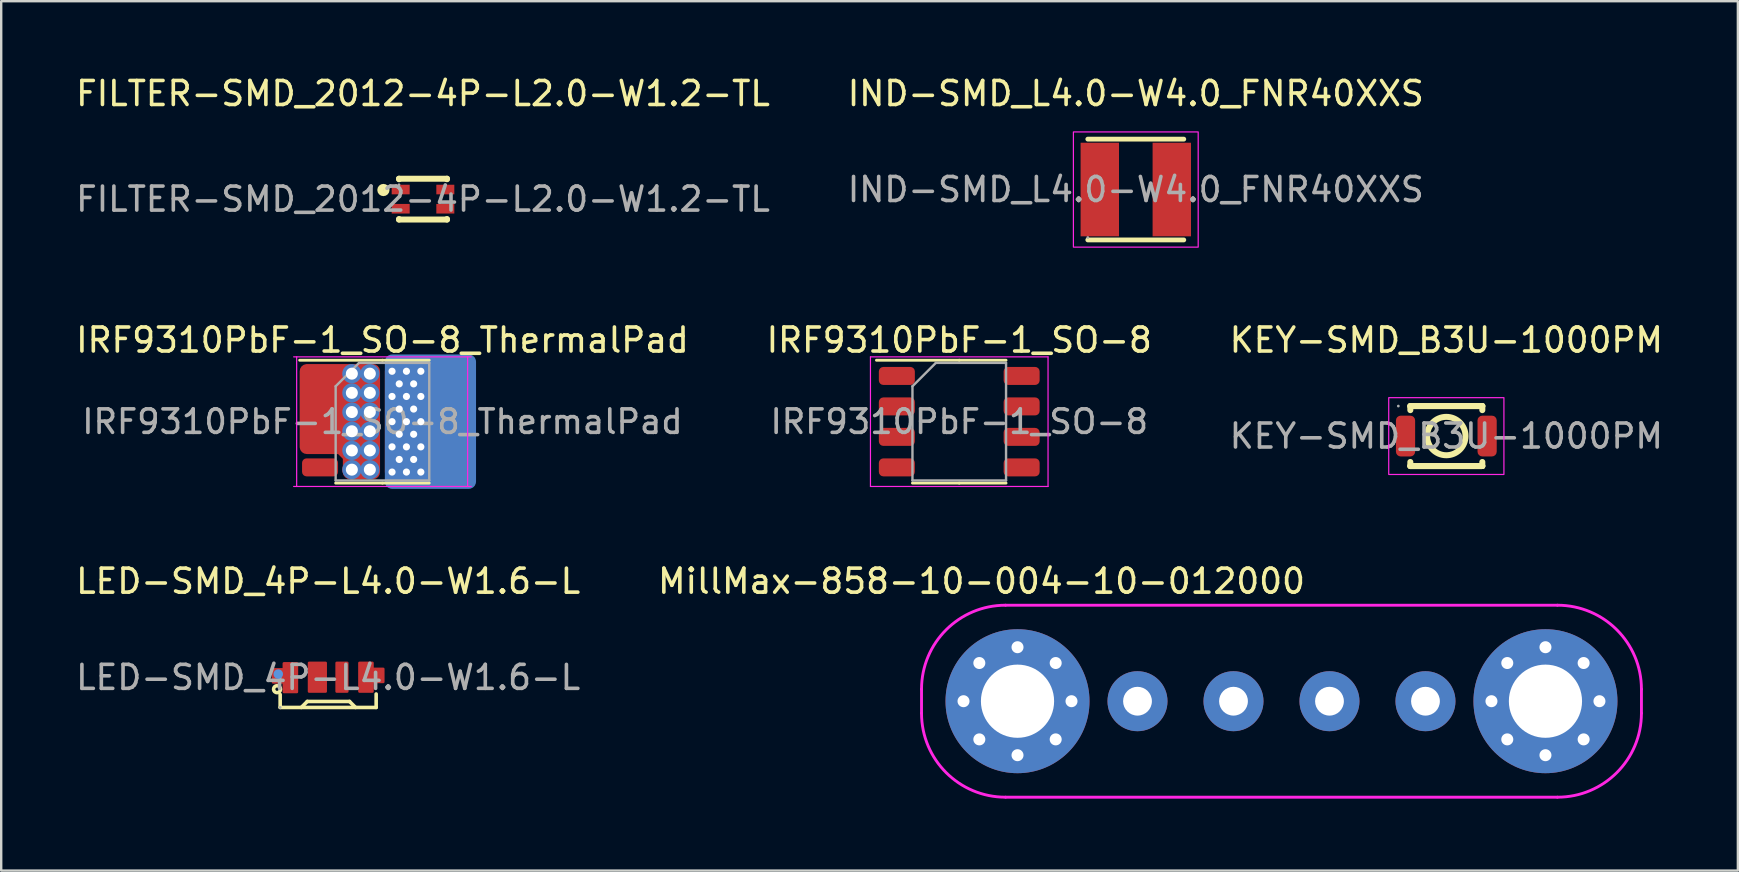
<source format=kicad_pcb>
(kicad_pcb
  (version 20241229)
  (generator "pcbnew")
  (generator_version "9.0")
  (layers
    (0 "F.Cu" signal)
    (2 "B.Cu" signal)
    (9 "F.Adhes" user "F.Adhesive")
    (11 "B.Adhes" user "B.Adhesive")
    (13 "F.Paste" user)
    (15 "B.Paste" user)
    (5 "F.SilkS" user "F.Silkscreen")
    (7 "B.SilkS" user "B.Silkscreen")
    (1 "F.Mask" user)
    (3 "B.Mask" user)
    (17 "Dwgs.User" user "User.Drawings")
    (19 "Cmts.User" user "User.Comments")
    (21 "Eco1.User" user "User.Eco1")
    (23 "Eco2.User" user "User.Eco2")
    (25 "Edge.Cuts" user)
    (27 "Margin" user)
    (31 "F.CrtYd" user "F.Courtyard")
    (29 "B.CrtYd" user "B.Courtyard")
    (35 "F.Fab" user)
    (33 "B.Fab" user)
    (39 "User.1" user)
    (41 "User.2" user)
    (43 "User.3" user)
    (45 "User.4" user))
  (footprint "FILTER-SMD_2012-4P-L2.0-W1.2-TL"
    (layer "F.Cu")
    (at 14.577 5.248)
    (property "Reference" "FILTER-SMD_2012-4P-L2.0-W1.2-TL" (at 0 -4.4 0) (layer "F.SilkS") (effects (font (size 1 1) (thickness 0.15))))
    (attr smd)
    (fp_line (start -1 -0.85) (end -1 -0.83) (stroke (width 0.25) (type solid)) (layer "F.SilkS"))
    (fp_line (start -1 -0.85) (end 1 -0.85) (stroke (width 0.25) (type solid)) (layer "F.SilkS"))
    (fp_line (start -1 0.83) (end -1 0.85) (stroke (width 0.25) (type solid)) (layer "F.SilkS"))
    (fp_line (start -1 0.85) (end 1 0.85) (stroke (width 0.25) (type solid)) (layer "F.SilkS"))
    (fp_line (start 1 -0.85) (end 1 -0.83) (stroke (width 0.25) (type solid)) (layer "F.SilkS"))
    (fp_line (start 1 0.83) (end 1 0.85) (stroke (width 0.25) (type solid)) (layer "F.SilkS"))
    (fp_circle (center -1.65 -0.38) (end -1.52 -0.38) (stroke (width 0.25) (type solid)) (fill no) (layer "F.SilkS"))
    (fp_circle (center -1 -0.6) (end -0.97 -0.6) (stroke (width 0.06) (type solid)) (fill no) (layer "F.Fab"))
    (fp_text user "${REFERENCE}" (at 0 0 0) (layer "F.Fab") (effects (font (size 1 1) (thickness 0.15))))
    (pad "1" smd rect (at -0.93 -0.4) (size 0.75 0.4) (layers "F.Cu" "F.Mask" "F.Paste"))
    (pad "2" smd rect (at -0.93 0.4) (size 0.75 0.4) (layers "F.Cu" "F.Mask" "F.Paste"))
    (pad "3" smd rect (at 0.93 0.4) (size 0.75 0.4) (layers "F.Cu" "F.Mask" "F.Paste"))
    (pad "4" smd rect (at 0.93 -0.4) (size 0.75 0.4) (layers "F.Cu" "F.Mask" "F.Paste")))
  (footprint "IND-SMD_L4.0-W4.0_FNR40XXS"
    (layer "F.Cu")
    (at 44.28 4.848)
    (property "Reference" "IND-SMD_L4.0-W4.0_FNR40XXS" (at 0 -4 0) (layer "F.SilkS") (effects (font (size 1 1) (thickness 0.15))))
    (attr smd)
    (fp_line (start -2 -2.1) (end 2 -2.1) (stroke (width 0.2) (type solid)) (layer "F.SilkS"))
    (fp_line (start -2 2.1) (end 2 2.1) (stroke (width 0.2) (type solid)) (layer "F.SilkS"))
    (fp_rect (start -2.6 -2.4) (end 2.6 2.4) (stroke (width 0.05) (type default)) (fill no) (layer "F.CrtYd"))
    (fp_circle (center -2 2) (end -1.97 2) (stroke (width 0.06) (type solid)) (fill no) (layer "F.Fab"))
    (fp_text user "${REFERENCE}" (at 0 0 0) (layer "F.Fab") (effects (font (size 1 1) (thickness 0.15))))
    (pad "1" smd rect (at -1.5 0) (size 1.6 3.9) (layers "F.Cu" "F.Mask" "F.Paste"))
    (pad "2" smd rect (at 1.5 0) (size 1.6 3.9) (layers "F.Cu" "F.Mask" "F.Paste")))
  (footprint "IRF9310PbF-1_SO-8_ThermalPad"
    (layer "F.Cu")
    (at 12.887 14.521)
    (property "Reference" "IRF9310PbF-1_SO-8_ThermalPad" (at 0 -3.4 0) (layer "F.SilkS") (effects (font (size 1 1) (thickness 0.15))))
    (attr smd)
    (fp_line (start 0 -2.56) (end -3.45 -2.56) (stroke (width 0.12) (type solid)) (layer "F.SilkS"))
    (fp_line (start 0 -2.56) (end 1.95 -2.56) (stroke (width 0.12) (type solid)) (layer "F.SilkS"))
    (fp_line (start 0 2.56) (end -1.95 2.56) (stroke (width 0.12) (type solid)) (layer "F.SilkS"))
    (fp_line (start 0 2.56) (end 1.95 2.56) (stroke (width 0.12) (type solid)) (layer "F.SilkS"))
    (fp_line (start -3.7 2.7) (end 3.7 2.7) (stroke (width 0.05) (type solid)) (layer "F.CrtYd"))
    (fp_line (start -3.575 -2.7) (end -3.575 2.7) (stroke (width 0.05) (type solid)) (layer "F.CrtYd"))
    (fp_line (start 3.55 2.7) (end 3.55 -2.7) (stroke (width 0.05) (type solid)) (layer "F.CrtYd"))
    (fp_line (start 3.7 -2.7) (end -3.7 -2.7) (stroke (width 0.05) (type solid)) (layer "F.CrtYd"))
    (fp_line (start -1.95 -1.475) (end -0.975 -2.45) (stroke (width 0.1) (type solid)) (layer "F.Fab"))
    (fp_line (start -1.95 2.45) (end -1.95 -1.475) (stroke (width 0.1) (type solid)) (layer "F.Fab"))
    (fp_line (start -0.975 -2.45) (end 1.95 -2.45) (stroke (width 0.1) (type solid)) (layer "F.Fab"))
    (fp_line (start 1.95 -2.45) (end 1.95 2.45) (stroke (width 0.1) (type solid)) (layer "F.Fab"))
    (fp_line (start 1.95 2.45) (end -1.95 2.45) (stroke (width 0.1) (type solid)) (layer "F.Fab"))
    (fp_text user "${REFERENCE}" (at 0 0 0) (layer "F.Fab") (effects (font (size 0.98 0.98) (thickness 0.15))))
    (pad "1" smd roundrect (at -2.6 1.905) (size 1.5 0.75) (layers "F.Cu" "F.Mask" "F.Paste") (roundrect_rratio 0.25))
    (pad "2" smd roundrect (at -2.6 -1.905) (size 1.5 0.75) (layers "F.Cu" "F.Mask" "F.Paste") (roundrect_rratio 0.25))
    (pad "2" smd roundrect (at -2.6 -0.635) (size 1.5 0.75) (layers "F.Cu" "F.Mask" "F.Paste") (roundrect_rratio 0.25))
    (pad "2" smd roundrect (at -2.6 0.635) (size 1.5 0.75) (layers "F.Cu" "F.Mask" "F.Paste") (roundrect_rratio 0.25))
    (pad "2" smd custom (at -1.775 0) (size 2 2) (layers "F.Cu") (options (anchor circle)) (primitives (gr_poly (pts (xy 1.375 2.1) (xy 0.425 2.1) (xy 0.425 1.425) (xy 0.05 1.05) (xy -1.375 1.05) (xy -1.375 -2.1) (xy 1.375 -2.1)) (width 0.6) (fill yes))))
    (pad "2" thru_hole circle (at -1.275 -2) (size 0.8 0.8) (drill 0.5) (layers "*.Cu"))
    (pad "2" thru_hole circle (at -1.275 -1.2) (size 0.8 0.8) (drill 0.5) (layers "*.Cu"))
    (pad "2" thru_hole circle (at -1.275 -0.4) (size 0.8 0.8) (drill 0.5) (layers "*.Cu"))
    (pad "2" thru_hole circle (at -1.275 0.4) (size 0.8 0.8) (drill 0.5) (layers "*.Cu"))
    (pad "2" thru_hole circle (at -1.275 1.2) (size 0.8 0.8) (drill 0.5) (layers "*.Cu"))
    (pad "2" thru_hole circle (at -1.275 2) (size 0.8 0.8) (drill 0.5) (layers "*.Cu"))
    (pad "2" thru_hole circle (at -0.525 -2) (size 0.8 0.8) (drill 0.5) (layers "*.Cu"))
    (pad "2" thru_hole circle (at -0.525 -1.2) (size 0.8 0.8) (drill 0.5) (layers "*.Cu"))
    (pad "2" thru_hole circle (at -0.525 -0.4) (size 0.8 0.8) (drill 0.5) (layers "*.Cu"))
    (pad "2" thru_hole circle (at -0.525 0.4) (size 0.8 0.8) (drill 0.5) (layers "*.Cu"))
    (pad "2" thru_hole circle (at -0.525 1.2) (size 0.8 0.8) (drill 0.5) (layers "*.Cu"))
    (pad "2" thru_hole circle (at -0.525 2) (size 0.8 0.8) (drill 0.5) (layers "*.Cu"))
    (pad "3" thru_hole circle (at 0.4 -2.1) (size 0.55 0.55) (drill 0.3) (layers "*.Cu"))
    (pad "3" thru_hole circle (at 0.4 -1.05) (size 0.55 0.55) (drill 0.3) (layers "*.Cu"))
    (pad "3" thru_hole circle (at 0.4 0) (size 0.55 0.55) (drill 0.3) (layers "*.Cu"))
    (pad "3" thru_hole circle (at 0.4 1.05) (size 0.55 0.55) (drill 0.3) (layers "*.Cu"))
    (pad "3" thru_hole circle (at 0.4 2.1) (size 0.55 0.55) (drill 0.3) (layers "*.Cu"))
    (pad "3" thru_hole circle (at 0.7 -1.575) (size 0.55 0.55) (drill 0.3) (layers "*.Cu"))
    (pad "3" thru_hole circle (at 0.7 -0.525) (size 0.55 0.55) (drill 0.3) (layers "*.Cu"))
    (pad "3" thru_hole circle (at 0.7 0.525) (size 0.55 0.55) (drill 0.3) (layers "*.Cu"))
    (pad "3" thru_hole circle (at 0.7 1.575) (size 0.55 0.55) (drill 0.3) (layers "*.Cu"))
    (pad "3" thru_hole circle (at 1 -2.1) (size 0.55 0.55) (drill 0.3) (layers "*.Cu"))
    (pad "3" thru_hole circle (at 1 -1.05) (size 0.55 0.55) (drill 0.3) (layers "*.Cu"))
    (pad "3" thru_hole circle (at 1 0) (size 0.55 0.55) (drill 0.3) (layers "*.Cu"))
    (pad "3" thru_hole circle (at 1 1.05) (size 0.55 0.55) (drill 0.3) (layers "*.Cu"))
    (pad "3" thru_hole circle (at 1 2.1) (size 0.55 0.55) (drill 0.3) (layers "*.Cu"))
    (pad "3" thru_hole circle (at 1.3 -1.575) (size 0.55 0.55) (drill 0.3) (layers "*.Cu"))
    (pad "3" thru_hole circle (at 1.3 -0.525) (size 0.55 0.55) (drill 0.3) (layers "*.Cu"))
    (pad "3" thru_hole circle (at 1.3 0.525) (size 0.55 0.55) (drill 0.3) (layers "*.Cu"))
    (pad "3" thru_hole circle (at 1.3 1.575) (size 0.55 0.55) (drill 0.3) (layers "*.Cu"))
    (pad "3" thru_hole circle (at 1.6 -2.1) (size 0.55 0.55) (drill 0.3) (layers "*.Cu"))
    (pad "3" thru_hole circle (at 1.6 -1.05) (size 0.55 0.55) (drill 0.3) (layers "*.Cu"))
    (pad "3" thru_hole circle (at 1.6 0) (size 0.55 0.55) (drill 0.3) (layers "*.Cu"))
    (pad "3" thru_hole circle (at 1.6 1.05) (size 0.55 0.55) (drill 0.3) (layers "*.Cu"))
    (pad "3" thru_hole circle (at 1.6 2.1) (size 0.55 0.55) (drill 0.3) (layers "*.Cu"))
    (pad "3" smd roundrect (at 1.775 0) (size 3.35 4.8) (layers "F.Cu") (roundrect_rratio 0.09))
    (pad "3" smd roundrect (at 2 0) (size 3.8 5.6) (layers "B.Cu") (roundrect_rratio 0.079))
    (pad "3" smd roundrect (at 2.6 -1.905) (size 1.5 0.75) (layers "F.Cu" "F.Mask" "F.Paste") (roundrect_rratio 0.25))
    (pad "3" smd roundrect (at 2.6 -0.635) (size 1.5 0.75) (layers "F.Cu" "F.Mask" "F.Paste") (roundrect_rratio 0.25))
    (pad "3" smd roundrect (at 2.6 0.635) (size 1.5 0.75) (layers "F.Cu" "F.Mask" "F.Paste") (roundrect_rratio 0.25))
    (pad "3" smd roundrect (at 2.6 1.905) (size 1.5 0.75) (layers "F.Cu" "F.Mask" "F.Paste") (roundrect_rratio 0.25)))
  (footprint "IRF9310PbF-1_SO-8"
    (layer "F.Cu")
    (at 36.923 14.521)
    (property "Reference" "IRF9310PbF-1_SO-8" (at 0 -3.4 0) (layer "F.SilkS") (effects (font (size 1 1) (thickness 0.15))))
    (attr smd)
    (fp_line (start 0 -2.56) (end -3.45 -2.56) (stroke (width 0.12) (type solid)) (layer "F.SilkS"))
    (fp_line (start 0 -2.56) (end 1.95 -2.56) (stroke (width 0.12) (type solid)) (layer "F.SilkS"))
    (fp_line (start 0 2.56) (end -1.95 2.56) (stroke (width 0.12) (type solid)) (layer "F.SilkS"))
    (fp_line (start 0 2.56) (end 1.95 2.56) (stroke (width 0.12) (type solid)) (layer "F.SilkS"))
    (fp_line (start -3.7 -2.7) (end -3.7 2.7) (stroke (width 0.05) (type solid)) (layer "F.CrtYd"))
    (fp_line (start -3.7 2.7) (end 3.7 2.7) (stroke (width 0.05) (type solid)) (layer "F.CrtYd"))
    (fp_line (start 3.7 -2.7) (end -3.7 -2.7) (stroke (width 0.05) (type solid)) (layer "F.CrtYd"))
    (fp_line (start 3.7 2.7) (end 3.7 -2.7) (stroke (width 0.05) (type solid)) (layer "F.CrtYd"))
    (fp_line (start -1.95 -1.475) (end -0.975 -2.45) (stroke (width 0.1) (type solid)) (layer "F.Fab"))
    (fp_line (start -1.95 2.45) (end -1.95 -1.475) (stroke (width 0.1) (type solid)) (layer "F.Fab"))
    (fp_line (start -0.975 -2.45) (end 1.95 -2.45) (stroke (width 0.1) (type solid)) (layer "F.Fab"))
    (fp_line (start 1.95 -2.45) (end 1.95 2.45) (stroke (width 0.1) (type solid)) (layer "F.Fab"))
    (fp_line (start 1.95 2.45) (end -1.95 2.45) (stroke (width 0.1) (type solid)) (layer "F.Fab"))
    (fp_text user "${REFERENCE}" (at 0 0 0) (layer "F.Fab") (effects (font (size 0.98 0.98) (thickness 0.15))))
    (pad "1" smd roundrect (at -2.6 1.905) (size 1.5 0.75) (layers "F.Cu" "F.Mask" "F.Paste") (roundrect_rratio 0.25))
    (pad "2" smd roundrect (at -2.6 -1.905) (size 1.5 0.75) (layers "F.Cu" "F.Mask" "F.Paste") (roundrect_rratio 0.25))
    (pad "2" smd roundrect (at -2.6 -0.635) (size 1.5 0.75) (layers "F.Cu" "F.Mask" "F.Paste") (roundrect_rratio 0.25))
    (pad "2" smd roundrect (at -2.6 0.635) (size 1.5 0.75) (layers "F.Cu" "F.Mask" "F.Paste") (roundrect_rratio 0.25))
    (pad "3" smd roundrect (at 2.6 -1.905) (size 1.5 0.75) (layers "F.Cu" "F.Mask" "F.Paste") (roundrect_rratio 0.25))
    (pad "3" smd roundrect (at 2.6 -0.635) (size 1.5 0.75) (layers "F.Cu" "F.Mask" "F.Paste") (roundrect_rratio 0.25))
    (pad "3" smd roundrect (at 2.6 0.635) (size 1.5 0.75) (layers "F.Cu" "F.Mask" "F.Paste") (roundrect_rratio 0.25))
    (pad "3" smd roundrect (at 2.6 1.905) (size 1.5 0.75) (layers "F.Cu" "F.Mask" "F.Paste") (roundrect_rratio 0.25)))
  (footprint "KEY-SMD_B3U-1000PM"
    (layer "F.Cu")
    (at 57.22 15.121)
    (property "Reference" "KEY-SMD_B3U-1000PM" (at 0 -4 0) (layer "F.SilkS") (effects (font (size 1 1) (thickness 0.15))))
    (attr smd)
    (fp_line (start -1.5 -1.25) (end 1.5 -1.25) (stroke (width 0.25) (type solid)) (layer "F.SilkS"))
    (fp_line (start -1.5 -1.25) (end 1.5 -1.25) (stroke (width 0.25) (type solid)) (layer "F.SilkS"))
    (fp_line (start -1.5 -1.08) (end -1.5 -1.25) (stroke (width 0.25) (type solid)) (layer "F.SilkS"))
    (fp_line (start -1.5 1.25) (end -1.5 1.08) (stroke (width 0.25) (type solid)) (layer "F.SilkS"))
    (fp_line (start -1.5 1.25) (end 1.5 1.25) (stroke (width 0.25) (type solid)) (layer "F.SilkS"))
    (fp_line (start 1.5 -1.25) (end 1.5 -1.08) (stroke (width 0.25) (type solid)) (layer "F.SilkS"))
    (fp_line (start 1.5 1.08) (end 1.5 1.25) (stroke (width 0.25) (type solid)) (layer "F.SilkS"))
    (fp_line (start 1.5 1.25) (end -1.5 1.25) (stroke (width 0.25) (type solid)) (layer "F.SilkS"))
    (fp_circle (center 0 0) (end 0.8 0) (stroke (width 0.25) (type solid)) (fill no) (layer "F.SilkS"))
    (fp_rect (start -2.4 -1.6) (end 2.4 1.6) (stroke (width 0.05) (type default)) (fill no) (layer "F.CrtYd"))
    (fp_circle (center -2 -1.25) (end -1.97 -1.25) (stroke (width 0.06) (type solid)) (fill no) (layer "F.Fab"))
    (fp_text user "${REFERENCE}" (at 0 0 0) (layer "F.Fab") (effects (font (size 1 1) (thickness 0.15))))
    (pad "1" smd roundrect (at -1.7 0) (size 0.8 1.7) (layers "F.Cu" "F.Mask" "F.Paste") (roundrect_rratio 0.25))
    (pad "2" smd roundrect (at 1.7 0) (size 0.8 1.7) (layers "F.Cu" "F.Mask" "F.Paste") (roundrect_rratio 0.25)))
  (footprint "LED-SMD_4P-L4.0-W1.6-L"
    (layer "F.Cu")
    (at 10.625 25.18)
    (property "Reference" "LED-SMD_4P-L4.0-W1.6-L" (at 0 -4.01 0) (layer "F.SilkS") (effects (font (size 1 1) (thickness 0.15))))
    (attr smd)
    (fp_line (start -2 1.25) (end -2 0.71) (stroke (width 0.15) (type solid)) (layer "F.SilkS"))
    (fp_line (start -1.12 1.25) (end -0.87 1) (stroke (width 0.15) (type solid)) (layer "F.SilkS"))
    (fp_line (start -0.87 1) (end 0.89 1) (stroke (width 0.15) (type solid)) (layer "F.SilkS"))
    (fp_line (start 0.89 1) (end 1.14 1.25) (stroke (width 0.15) (type solid)) (layer "F.SilkS"))
    (fp_line (start 2 0.69) (end 2 1.25) (stroke (width 0.15) (type solid)) (layer "F.SilkS"))
    (fp_line (start 2 1.25) (end -2 1.25) (stroke (width 0.15) (type solid)) (layer "F.SilkS"))
    (fp_circle (center -2.13 0.49) (end -2.06 0.49) (stroke (width 0.15) (type solid)) (fill no) (layer "F.SilkS"))
    (fp_circle (center -2.08 -0.14) (end -1.98 -0.14) (stroke (width 0.2) (type solid)) (fill no) (layer "Cmts.User"))
    (fp_circle (center -2 1.25) (end -1.97 1.25) (stroke (width 0.06) (type solid)) (fill no) (layer "F.Fab"))
    (fp_text user "${REFERENCE}" (at 0 0 0) (layer "F.Fab") (effects (font (size 1 1) (thickness 0.15))))
    (pad "1" smd custom (at -1.8 0.01) (size 0.01 0.01) (layers "F.Cu" "F.Mask" "F.Paste") (options (anchor circle)) (primitives (gr_poly (pts (xy 0.5 -0.6) (xy 0.5 0.6) (xy -0.05 0.6) (xy -0.05 0.2) (xy -0.5 0.2) (xy -0.5 -0.35) (xy -0.05 -0.35) (xy -0.05 -0.6)) (width 0.1) (fill yes))))
    (pad "2" smd custom (at -0.45 -0.01) (size 0.01 0.01) (layers "F.Cu" "F.Mask" "F.Paste") (options (anchor circle)) (primitives (gr_poly (pts (xy -0.35 -0.6) (xy -0.35 0.6) (xy 0.35 0.6) (xy 0.35 -0.6)) (width 0.1) (fill yes))))
    (pad "3" smd custom (at 0.57 -0.01) (size 0.01 0.01) (layers "F.Cu" "F.Mask" "F.Paste") (options (anchor circle)) (primitives (gr_poly (pts (xy -0.22 0.6) (xy 0.23 0.6) (xy 0.23 -0.6) (xy -0.22 -0.6)) (width 0.1) (fill yes))))
    (pad "4" smd custom (at 1.8 -0.01) (size 0.01 0.01) (layers "F.Cu" "F.Mask" "F.Paste") (options (anchor circle)) (primitives (gr_poly (pts (xy -0.5 -0.6) (xy -0.5 0.6) (xy 0.05 0.6) (xy 0.05 0.2) (xy 0.5 0.2) (xy 0.5 -0.35) (xy 0.05 -0.35) (xy 0.05 -0.6)) (width 0.1) (fill yes)))))
  (footprint "MillMax-858-10-004-10-012000"
    (layer "F.Cu")
    (at 50.351 26.17)
    (property "Reference" "MillMax-858-10-004-10-012000" (at -12.5 -5 0) (layer "F.SilkS") (effects (font (size 1 1) (thickness 0.15))))
    (attr through_hole)
    (fp_line (start -15 0.5) (end -15 -0.5) (stroke (width 0.12) (type solid)) (layer "F.CrtYd"))
    (fp_line (start 11.5 -4) (end -11.5 -4) (stroke (width 0.12) (type solid)) (layer "F.CrtYd"))
    (fp_line (start 11.5 4) (end -11.5 4) (stroke (width 0.12) (type solid)) (layer "F.CrtYd"))
    (fp_line (start 15 -0.5) (end 15 0.5) (stroke (width 0.12) (type solid)) (layer "F.CrtYd"))
    (fp_arc (start -15 -0.5) (mid -13.974874 -2.974874) (end -11.5 -4) (stroke (width 0.12) (type solid)) (layer "F.CrtYd"))
    (fp_arc (start -11.5 4) (mid -13.974874 2.974874) (end -15 0.5) (stroke (width 0.12) (type solid)) (layer "F.CrtYd"))
    (fp_arc (start 11.5 -4) (mid 13.974874 -2.974874) (end 15 -0.5) (stroke (width 0.12) (type solid)) (layer "F.CrtYd"))
    (fp_arc (start 15 0.5) (mid 13.974874 2.974874) (end 11.5 4) (stroke (width 0.12) (type solid)) (layer "F.CrtYd"))
    (pad "1" thru_hole circle (at -13.25 0) (size 0.8 0.8) (drill 0.5) (layers "*.Cu" "*.Mask"))
    (pad "1" thru_hole circle (at -12.591 -1.591) (size 0.8 0.8) (drill 0.5) (layers "*.Cu" "*.Mask"))
    (pad "1" thru_hole circle (at -12.591 1.591) (size 0.8 0.8) (drill 0.5) (layers "*.Cu" "*.Mask"))
    (pad "1" thru_hole circle (at -11 -2.25) (size 0.8 0.8) (drill 0.5) (layers "*.Cu" "*.Mask"))
    (pad "1" thru_hole circle (at -11 0) (size 6 6) (drill 3.05) (layers "*.Cu" "*.Mask"))
    (pad "1" thru_hole circle (at -11 2.25) (size 0.8 0.8) (drill 0.5) (layers "*.Cu" "*.Mask"))
    (pad "1" thru_hole circle (at -9.409 -1.591) (size 0.8 0.8) (drill 0.5) (layers "*.Cu" "*.Mask"))
    (pad "1" thru_hole circle (at -9.409 1.591) (size 0.8 0.8) (drill 0.5) (layers "*.Cu" "*.Mask"))
    (pad "1" thru_hole circle (at -8.75 0) (size 0.8 0.8) (drill 0.5) (layers "*.Cu" "*.Mask"))
    (pad "1" thru_hole circle (at 8.75 0) (size 0.8 0.8) (drill 0.5) (layers "*.Cu" "*.Mask"))
    (pad "1" thru_hole circle (at 9.409 -1.591) (size 0.8 0.8) (drill 0.5) (layers "*.Cu" "*.Mask"))
    (pad "1" thru_hole circle (at 9.409 1.591) (size 0.8 0.8) (drill 0.5) (layers "*.Cu" "*.Mask"))
    (pad "1" thru_hole circle (at 11 -2.25) (size 0.8 0.8) (drill 0.5) (layers "*.Cu" "*.Mask"))
    (pad "1" thru_hole circle (at 11 0) (size 6 6) (drill 3.05) (layers "*.Cu" "*.Mask"))
    (pad "1" thru_hole circle (at 11 2.25) (size 0.8 0.8) (drill 0.5) (layers "*.Cu" "*.Mask"))
    (pad "1" thru_hole circle (at 12.591 -1.591) (size 0.8 0.8) (drill 0.5) (layers "*.Cu" "*.Mask"))
    (pad "1" thru_hole circle (at 12.591 1.591) (size 0.8 0.8) (drill 0.5) (layers "*.Cu" "*.Mask"))
    (pad "1" thru_hole circle (at 13.25 0) (size 0.8 0.8) (drill 0.5) (layers "*.Cu" "*.Mask"))
    (pad "2" thru_hole circle (at -6 0) (size 2.5 2.5) (drill 1.2) (layers "*.Cu" "*.Mask"))
    (pad "3" thru_hole circle (at -2 0) (size 2.5 2.5) (drill 1.2) (layers "*.Cu" "*.Mask"))
    (pad "4" thru_hole circle (at 2 0) (size 2.5 2.5) (drill 1.2) (layers "*.Cu" "*.Mask"))
    (pad "5" thru_hole circle (at 6 0) (size 2.5 2.5) (drill 1.2) (layers "*.Cu" "*.Mask")))
  (gr_rect
    (start -3 -3)
    (end 69.369 33.23)
    (stroke (width 0.1) (type default))
    (fill no)
    (layer "Edge.Cuts")))
</source>
